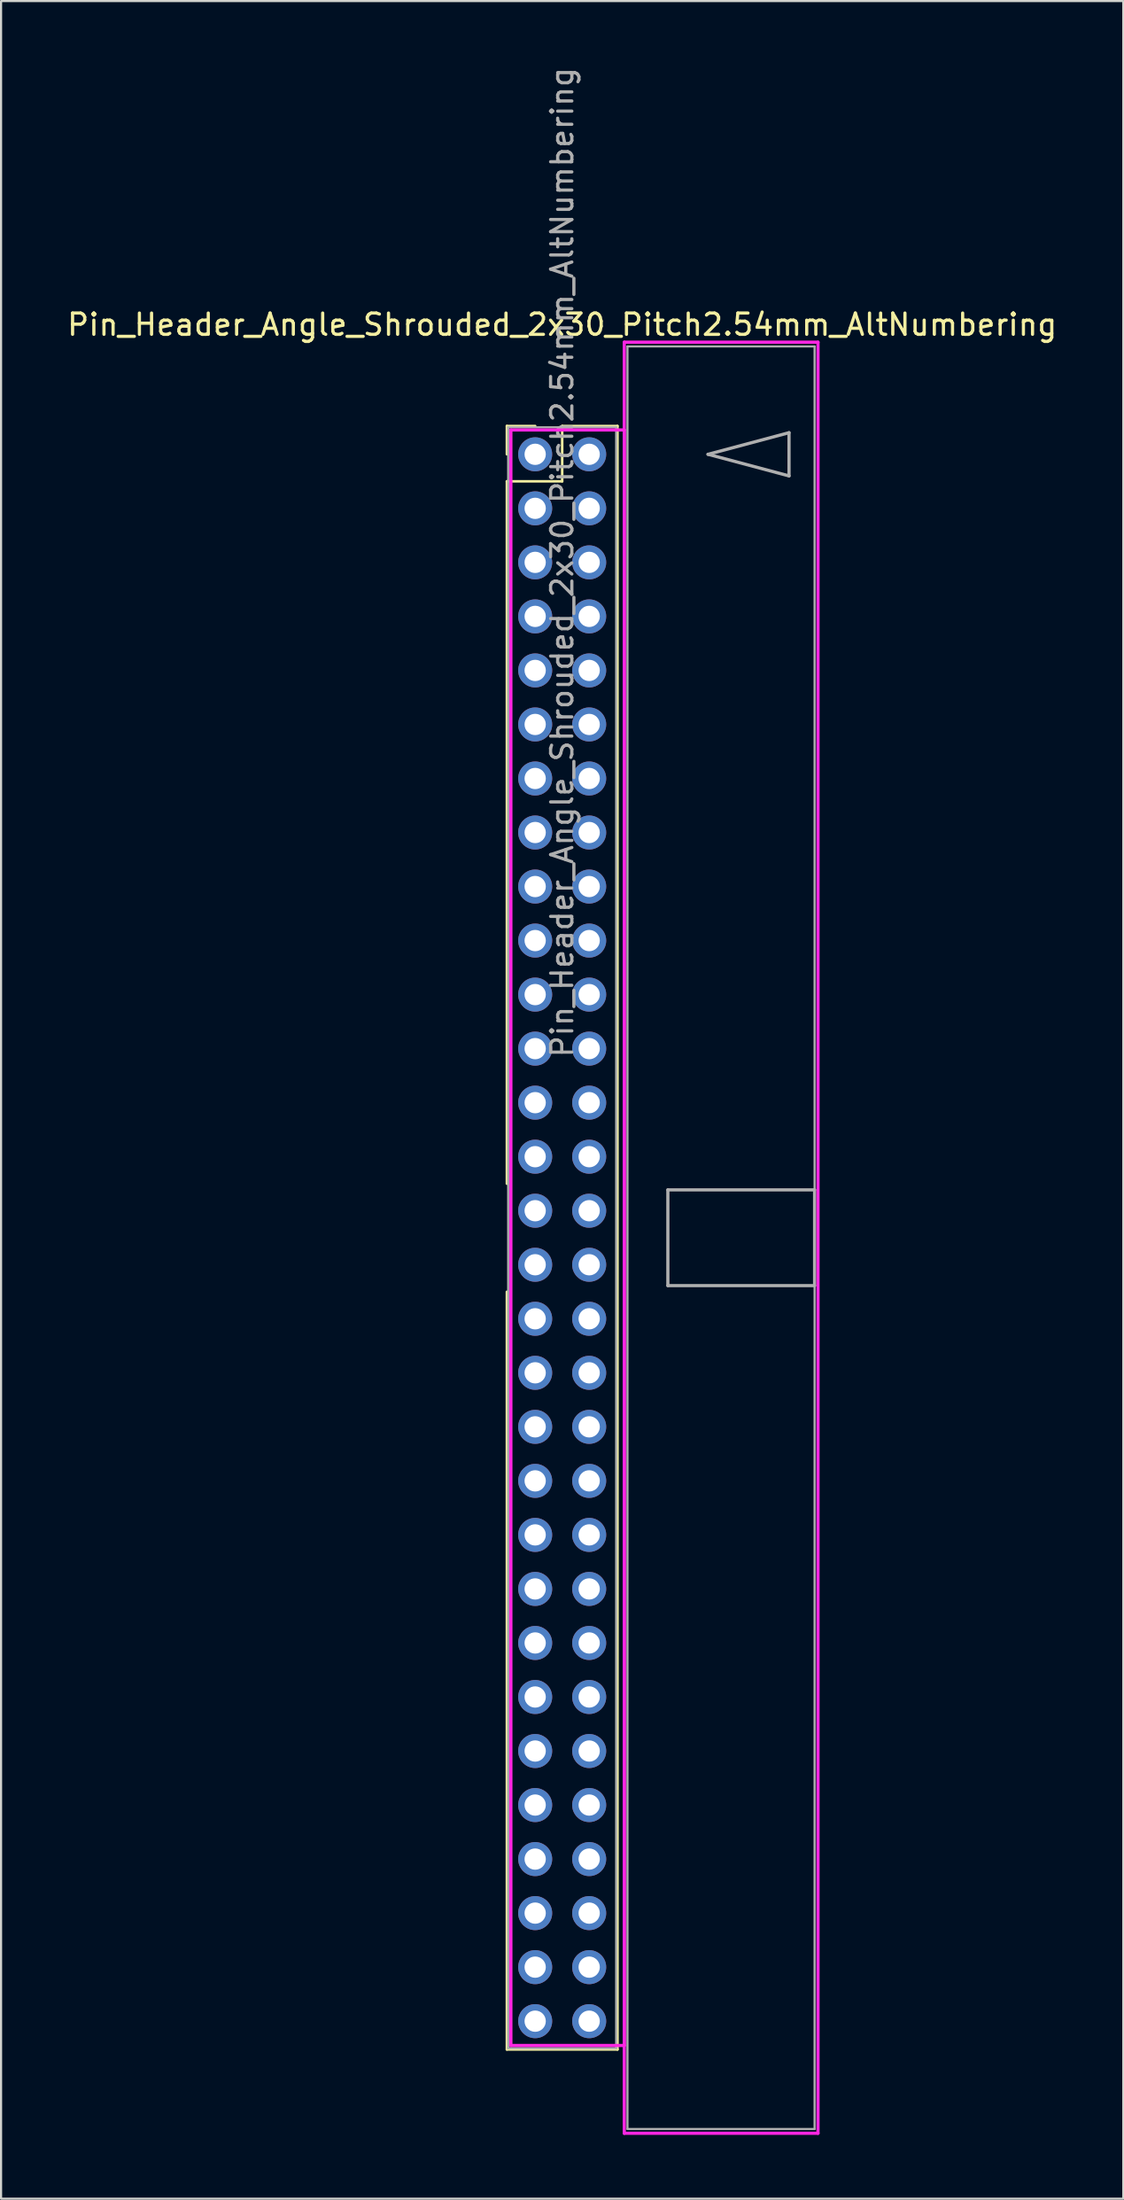
<source format=kicad_pcb>
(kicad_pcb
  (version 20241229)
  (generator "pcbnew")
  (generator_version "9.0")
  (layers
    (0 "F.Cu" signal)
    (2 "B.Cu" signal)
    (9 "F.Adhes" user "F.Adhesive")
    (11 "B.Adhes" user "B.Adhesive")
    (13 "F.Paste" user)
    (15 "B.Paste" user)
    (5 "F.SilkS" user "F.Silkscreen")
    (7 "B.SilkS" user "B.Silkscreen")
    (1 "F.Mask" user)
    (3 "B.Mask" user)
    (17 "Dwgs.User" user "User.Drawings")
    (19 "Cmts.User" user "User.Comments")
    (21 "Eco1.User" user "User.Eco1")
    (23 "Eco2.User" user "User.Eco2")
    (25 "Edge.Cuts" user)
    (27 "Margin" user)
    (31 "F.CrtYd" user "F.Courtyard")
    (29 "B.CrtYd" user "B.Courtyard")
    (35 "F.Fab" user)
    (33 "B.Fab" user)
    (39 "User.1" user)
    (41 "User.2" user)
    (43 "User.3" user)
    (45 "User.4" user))
  (footprint "Pin_Header_Angle_Shrouded_2x30_Pitch2.54mm_AltNumbering"
    (layer "F.Cu")
    (at 22.117 18.307)
    (property "Reference" "Pin_Header_Angle_Shrouded_2x30_Pitch2.54mm_AltNumbering" (at 1.27 -6.096 0) (layer "F.SilkS") (effects (font (size 1 1) (thickness 0.15))))
    (attr through_hole)
    (fp_line (start -1.33 -1.33) (end 0 -1.33) (stroke (width 0.12) (type solid)) (layer "F.SilkS"))
    (fp_line (start -1.33 0) (end -1.33 -1.33) (stroke (width 0.12) (type solid)) (layer "F.SilkS"))
    (fp_line (start -1.33 1.27) (end -1.33 34.29) (stroke (width 0.12) (type solid)) (layer "F.SilkS"))
    (fp_line (start -1.33 1.27) (end 1.27 1.27) (stroke (width 0.12) (type solid)) (layer "F.SilkS"))
    (fp_line (start -1.33 39.37) (end -1.33 74.99) (stroke (width 0.12) (type solid)) (layer "F.SilkS"))
    (fp_line (start -1.33 74.99) (end 3.87 74.99) (stroke (width 0.12) (type solid)) (layer "F.SilkS"))
    (fp_line (start 1.27 -1.33) (end 3.87 -1.33) (stroke (width 0.12) (type solid)) (layer "F.SilkS"))
    (fp_line (start 1.27 1.27) (end 1.27 -1.33) (stroke (width 0.12) (type solid)) (layer "F.SilkS"))
    (fp_line (start 3.87 -1.33) (end 3.87 74.99) (stroke (width 0.12) (type solid)) (layer "F.SilkS"))
    (fp_line (start -1.143 -1.143) (end -1.143 74.803) (stroke (width 0.15) (type solid)) (layer "F.CrtYd"))
    (fp_line (start -1.143 74.803) (end 4.19 74.803) (stroke (width 0.15) (type solid)) (layer "F.CrtYd"))
    (fp_line (start 4.19 -5.27) (end 4.19 78.93) (stroke (width 0.15) (type solid)) (layer "F.CrtYd"))
    (fp_line (start 4.19 -1.143) (end -1.143 -1.143) (stroke (width 0.15) (type solid)) (layer "F.CrtYd"))
    (fp_line (start 4.19 74.803) (end 4.19 -1.143) (stroke (width 0.15) (type solid)) (layer "F.CrtYd"))
    (fp_line (start 4.19 78.93) (end 13.3 78.93) (stroke (width 0.15) (type solid)) (layer "F.CrtYd"))
    (fp_line (start 13.3 -5.27) (end 4.19 -5.27) (stroke (width 0.15) (type solid)) (layer "F.CrtYd"))
    (fp_line (start 13.3 78.93) (end 13.3 -5.27) (stroke (width 0.15) (type solid)) (layer "F.CrtYd"))
    (fp_line (start -1.27 -1.27) (end -1.27 74.93) (stroke (width 0.1) (type solid)) (layer "F.Fab"))
    (fp_line (start -1.27 74.93) (end 3.81 74.93) (stroke (width 0.1) (type solid)) (layer "F.Fab"))
    (fp_line (start 3.81 -1.27) (end -1.27 -1.27) (stroke (width 0.1) (type solid)) (layer "F.Fab"))
    (fp_line (start 3.81 74.93) (end 3.81 -1.27) (stroke (width 0.1) (type solid)) (layer "F.Fab"))
    (fp_line (start 4.34 -5.07) (end 4.34 78.73) (stroke (width 0.1) (type solid)) (layer "F.Fab"))
    (fp_line (start 4.34 78.73) (end 13.14 78.73) (stroke (width 0.1) (type solid)) (layer "F.Fab"))
    (fp_line (start 6.24 34.58) (end 6.24 39.08) (stroke (width 0.15) (type solid)) (layer "F.Fab"))
    (fp_line (start 6.24 39.08) (end 13.14 39.08) (stroke (width 0.15) (type solid)) (layer "F.Fab"))
    (fp_line (start 8.128 0) (end 11.938 -1.016) (stroke (width 0.15) (type solid)) (layer "F.Fab"))
    (fp_line (start 11.938 -1.016) (end 11.938 1.016) (stroke (width 0.15) (type solid)) (layer "F.Fab"))
    (fp_line (start 11.938 1.016) (end 8.128 0) (stroke (width 0.15) (type solid)) (layer "F.Fab"))
    (fp_line (start 13.14 -5.07) (end 4.34 -5.07) (stroke (width 0.1) (type solid)) (layer "F.Fab"))
    (fp_line (start 13.14 34.58) (end 6.24 34.58) (stroke (width 0.15) (type solid)) (layer "F.Fab"))
    (fp_line (start 13.14 39.08) (end 13.14 34.58) (stroke (width 0.15) (type solid)) (layer "F.Fab"))
    (fp_line (start 13.14 78.73) (end 13.14 -5.07) (stroke (width 0.1) (type solid)) (layer "F.Fab"))
    (fp_text user "${REFERENCE}" (at 1.27 5.08 90) (layer "F.Fab") (effects (font (size 1 1) (thickness 0.15))))
    (pad "1" thru_hole oval (at 0 0) (size 1.6 1.6) (drill 1) (layers "*.Cu" "*.Mask"))
    (pad "2" thru_hole oval (at 0 2.54) (size 1.6 1.6) (drill 1) (layers "*.Cu" "*.Mask"))
    (pad "3" thru_hole oval (at 0 5.08) (size 1.6 1.6) (drill 1) (layers "*.Cu" "*.Mask"))
    (pad "4" thru_hole oval (at 0 7.62) (size 1.6 1.6) (drill 1) (layers "*.Cu" "*.Mask"))
    (pad "5" thru_hole oval (at 0 10.16) (size 1.6 1.6) (drill 1) (layers "*.Cu" "*.Mask"))
    (pad "6" thru_hole oval (at 0 12.7) (size 1.6 1.6) (drill 1) (layers "*.Cu" "*.Mask"))
    (pad "7" thru_hole oval (at 0 15.24) (size 1.6 1.6) (drill 1) (layers "*.Cu" "*.Mask"))
    (pad "8" thru_hole oval (at 0 17.78) (size 1.6 1.6) (drill 1) (layers "*.Cu" "*.Mask"))
    (pad "9" thru_hole oval (at 0 20.32) (size 1.6 1.6) (drill 1) (layers "*.Cu" "*.Mask"))
    (pad "10" thru_hole oval (at 0 22.86) (size 1.6 1.6) (drill 1) (layers "*.Cu" "*.Mask"))
    (pad "11" thru_hole oval (at 0 25.4) (size 1.6 1.6) (drill 1) (layers "*.Cu" "*.Mask"))
    (pad "12" thru_hole oval (at 0 27.94) (size 1.6 1.6) (drill 1) (layers "*.Cu" "*.Mask"))
    (pad "13" thru_hole oval (at 0 30.48) (size 1.6 1.6) (drill 1) (layers "*.Cu" "*.Mask"))
    (pad "14" thru_hole oval (at 0 33.02) (size 1.6 1.6) (drill 1) (layers "*.Cu" "*.Mask"))
    (pad "15" thru_hole oval (at 0 35.56) (size 1.6 1.6) (drill 1) (layers "*.Cu" "*.Mask"))
    (pad "16" thru_hole oval (at 0 38.1) (size 1.6 1.6) (drill 1) (layers "*.Cu" "*.Mask"))
    (pad "17" thru_hole oval (at 0 40.64) (size 1.6 1.6) (drill 1) (layers "*.Cu" "*.Mask"))
    (pad "18" thru_hole oval (at 0 43.18) (size 1.6 1.6) (drill 1) (layers "*.Cu" "*.Mask"))
    (pad "19" thru_hole oval (at 0 45.72) (size 1.6 1.6) (drill 1) (layers "*.Cu" "*.Mask"))
    (pad "20" thru_hole oval (at 0 48.26) (size 1.6 1.6) (drill 1) (layers "*.Cu" "*.Mask"))
    (pad "21" thru_hole oval (at 0 50.8) (size 1.6 1.6) (drill 1) (layers "*.Cu" "*.Mask"))
    (pad "22" thru_hole oval (at 0 53.34) (size 1.6 1.6) (drill 1) (layers "*.Cu" "*.Mask"))
    (pad "23" thru_hole oval (at 0 55.88) (size 1.6 1.6) (drill 1) (layers "*.Cu" "*.Mask"))
    (pad "24" thru_hole oval (at 0 58.42) (size 1.6 1.6) (drill 1) (layers "*.Cu" "*.Mask"))
    (pad "25" thru_hole oval (at 0 60.96) (size 1.6 1.6) (drill 1) (layers "*.Cu" "*.Mask"))
    (pad "26" thru_hole oval (at 0 63.5) (size 1.6 1.6) (drill 1) (layers "*.Cu" "*.Mask"))
    (pad "27" thru_hole oval (at 0 66.04) (size 1.6 1.6) (drill 1) (layers "*.Cu" "*.Mask"))
    (pad "28" thru_hole oval (at 0 68.58) (size 1.6 1.6) (drill 1) (layers "*.Cu" "*.Mask"))
    (pad "29" thru_hole oval (at 0 71.12) (size 1.6 1.6) (drill 1) (layers "*.Cu" "*.Mask"))
    (pad "30" thru_hole oval (at 0 73.66) (size 1.6 1.6) (drill 1) (layers "*.Cu" "*.Mask"))
    (pad "31" thru_hole oval (at 2.54 0) (size 1.6 1.6) (drill 1) (layers "*.Cu" "*.Mask"))
    (pad "32" thru_hole oval (at 2.54 2.54) (size 1.6 1.6) (drill 1) (layers "*.Cu" "*.Mask"))
    (pad "33" thru_hole oval (at 2.54 5.08) (size 1.6 1.6) (drill 1) (layers "*.Cu" "*.Mask"))
    (pad "34" thru_hole oval (at 2.54 7.62) (size 1.6 1.6) (drill 1) (layers "*.Cu" "*.Mask"))
    (pad "35" thru_hole oval (at 2.54 10.16) (size 1.6 1.6) (drill 1) (layers "*.Cu" "*.Mask"))
    (pad "36" thru_hole oval (at 2.54 12.7) (size 1.6 1.6) (drill 1) (layers "*.Cu" "*.Mask"))
    (pad "37" thru_hole oval (at 2.54 15.24) (size 1.6 1.6) (drill 1) (layers "*.Cu" "*.Mask"))
    (pad "38" thru_hole oval (at 2.54 17.78) (size 1.6 1.6) (drill 1) (layers "*.Cu" "*.Mask"))
    (pad "39" thru_hole oval (at 2.54 20.32) (size 1.6 1.6) (drill 1) (layers "*.Cu" "*.Mask"))
    (pad "40" thru_hole oval (at 2.54 22.86) (size 1.6 1.6) (drill 1) (layers "*.Cu" "*.Mask"))
    (pad "41" thru_hole oval (at 2.54 25.4) (size 1.6 1.6) (drill 1) (layers "*.Cu" "*.Mask"))
    (pad "42" thru_hole oval (at 2.54 27.94) (size 1.6 1.6) (drill 1) (layers "*.Cu" "*.Mask"))
    (pad "43" thru_hole oval (at 2.54 30.48) (size 1.6 1.6) (drill 1) (layers "*.Cu" "*.Mask"))
    (pad "44" thru_hole oval (at 2.54 33.02) (size 1.6 1.6) (drill 1) (layers "*.Cu" "*.Mask"))
    (pad "45" thru_hole oval (at 2.54 35.56) (size 1.6 1.6) (drill 1) (layers "*.Cu" "*.Mask"))
    (pad "46" thru_hole oval (at 2.54 38.1) (size 1.6 1.6) (drill 1) (layers "*.Cu" "*.Mask"))
    (pad "47" thru_hole oval (at 2.54 40.64) (size 1.6 1.6) (drill 1) (layers "*.Cu" "*.Mask"))
    (pad "48" thru_hole oval (at 2.54 43.18) (size 1.6 1.6) (drill 1) (layers "*.Cu" "*.Mask"))
    (pad "49" thru_hole oval (at 2.54 45.72) (size 1.6 1.6) (drill 1) (layers "*.Cu" "*.Mask"))
    (pad "50" thru_hole oval (at 2.54 48.26) (size 1.6 1.6) (drill 1) (layers "*.Cu" "*.Mask"))
    (pad "51" thru_hole oval (at 2.54 50.8) (size 1.6 1.6) (drill 1) (layers "*.Cu" "*.Mask"))
    (pad "52" thru_hole oval (at 2.54 53.34) (size 1.6 1.6) (drill 1) (layers "*.Cu" "*.Mask"))
    (pad "53" thru_hole oval (at 2.54 55.88) (size 1.6 1.6) (drill 1) (layers "*.Cu" "*.Mask"))
    (pad "54" thru_hole oval (at 2.54 58.42) (size 1.6 1.6) (drill 1) (layers "*.Cu" "*.Mask"))
    (pad "55" thru_hole oval (at 2.54 60.96) (size 1.6 1.6) (drill 1) (layers "*.Cu" "*.Mask"))
    (pad "56" thru_hole oval (at 2.54 63.5) (size 1.6 1.6) (drill 1) (layers "*.Cu" "*.Mask"))
    (pad "57" thru_hole oval (at 2.54 66.04) (size 1.6 1.6) (drill 1) (layers "*.Cu" "*.Mask"))
    (pad "58" thru_hole oval (at 2.54 68.58) (size 1.6 1.6) (drill 1) (layers "*.Cu" "*.Mask"))
    (pad "59" thru_hole oval (at 2.54 71.12) (size 1.6 1.6) (drill 1) (layers "*.Cu" "*.Mask"))
    (pad "60" thru_hole oval (at 2.54 73.66) (size 1.6 1.6) (drill 1) (layers "*.Cu" "*.Mask")))
  (gr_rect
    (start -3 -3)
    (end 49.774 100.312)
    (stroke (width 0.1) (type default))
    (fill no)
    (layer "Edge.Cuts")))
</source>
